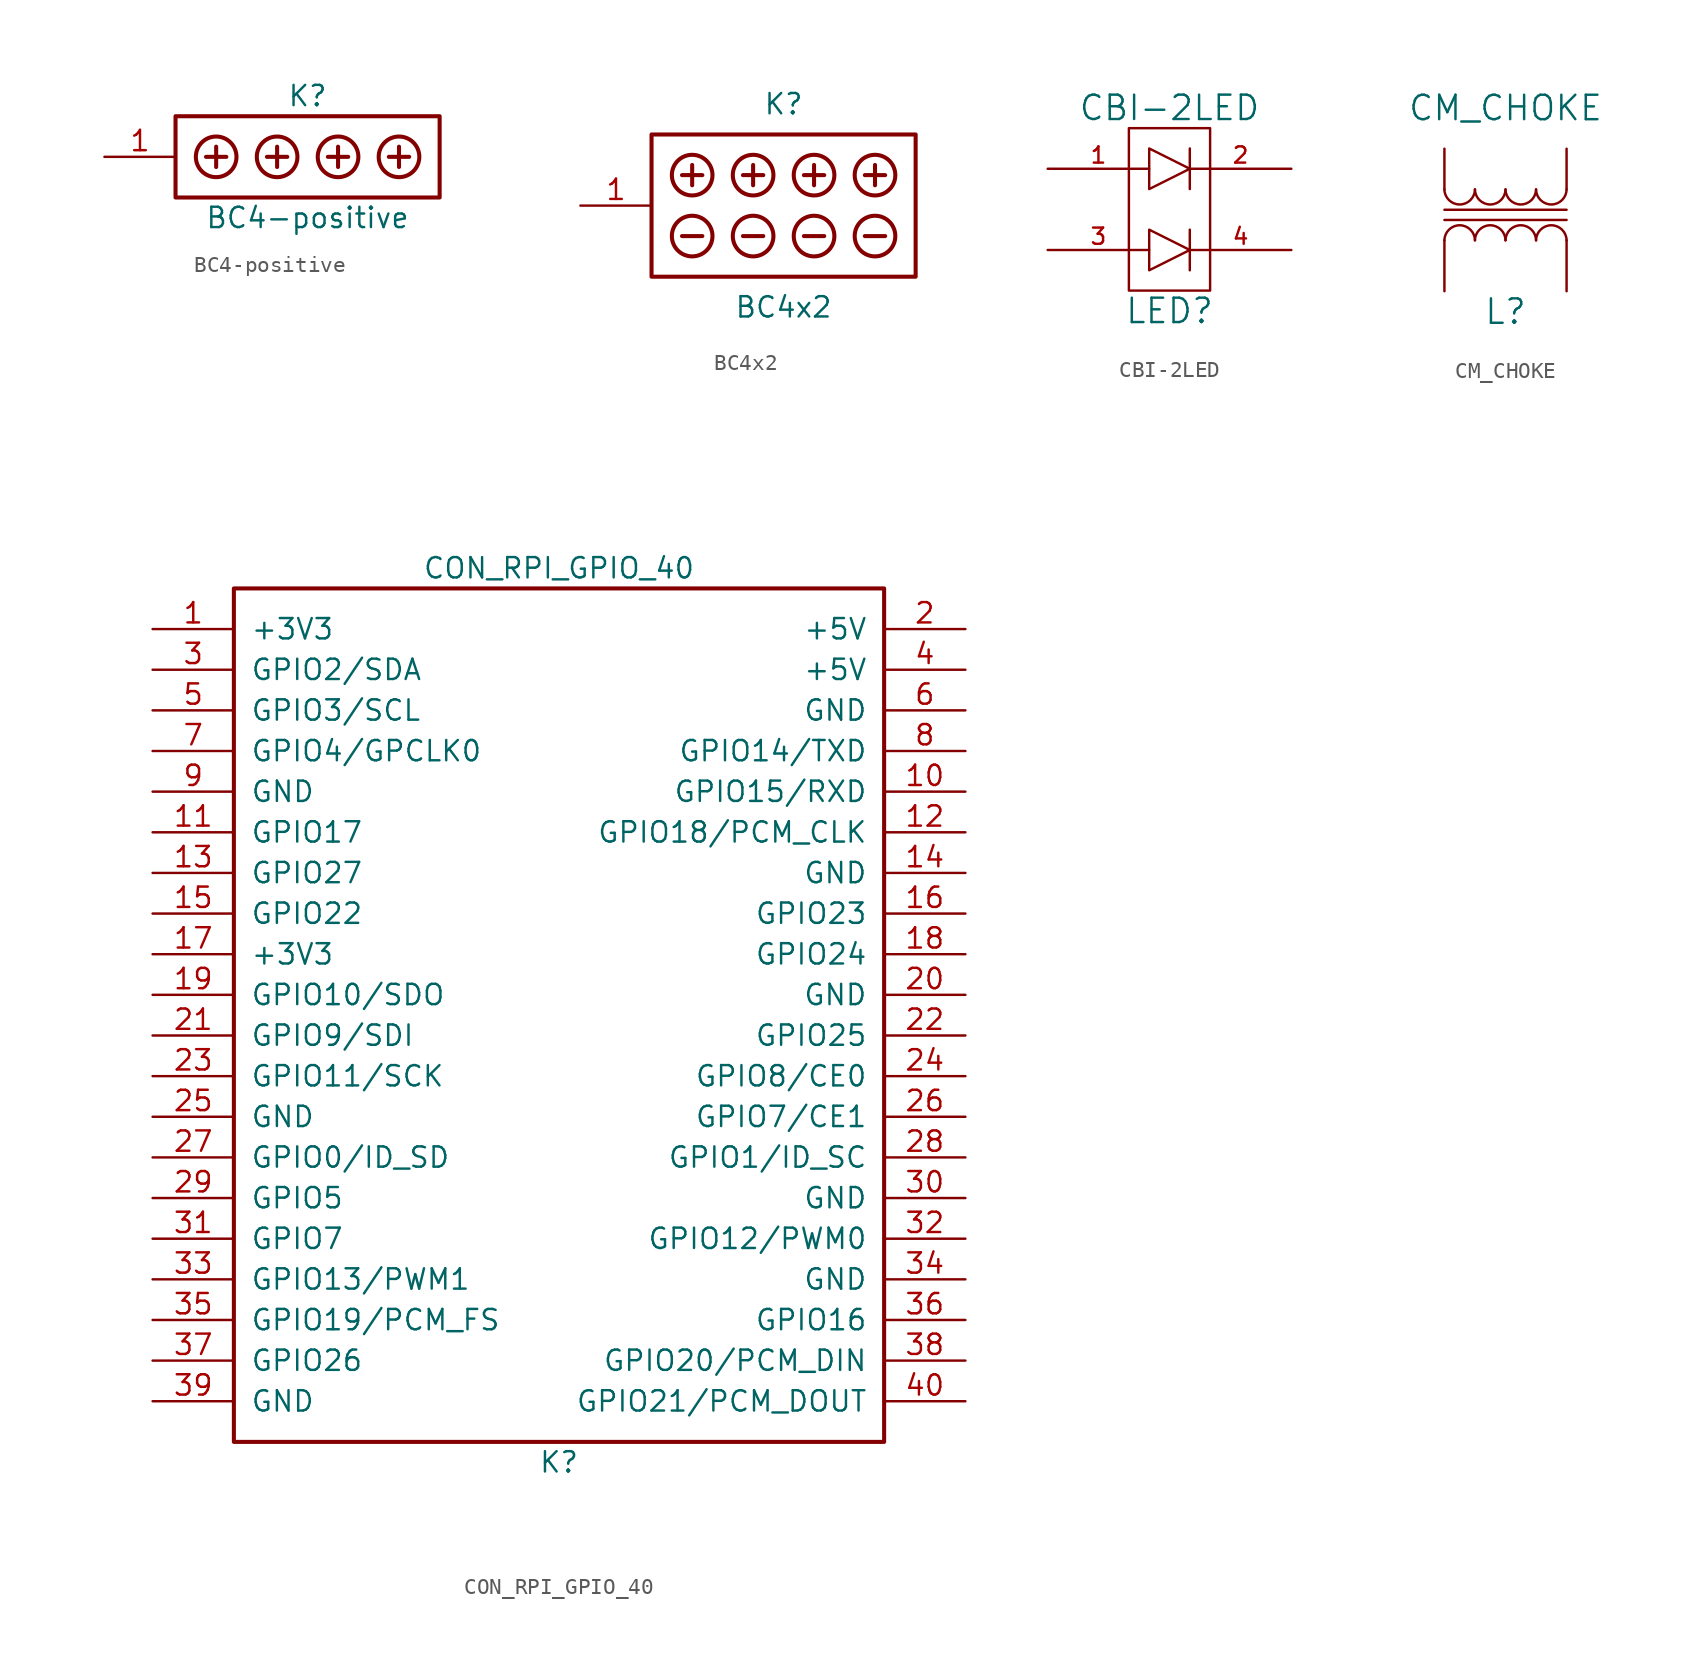
<source format=kicad_sym>
(kicad_symbol_lib
  (version 20211014)
  (generator kicad_symbol_editor)
  (symbol "BC4-positive"
    (pin_names
      (offset 1.016))
    (property "Reference" "K"
      (at 0 3.81 0)
      (effects (font (size 1.27 1.27))))
    (property "Value" "BC4-positive"
      (at 0 -3.81 0)
      (effects (font (size 1.27 1.27))))
    (property "Footprint" ""
      (at -1.905 -2.54 0)
      (effects (font (size 1.27 1.27))))
    (property "Datasheet" ""
      (at -1.905 -2.54 0)
      (effects (font (size 1.27 1.27))))
    (symbol "BC4-positive_0_1"
      (rectangle (start -8.255 2.54) (end 8.255 -2.54) (stroke (width 0.254) (type default) (color 0 0 0 0)) (fill (type none)))
      (circle (center -5.715 0) (radius 1.27) (stroke (width 0.254) (type default) (color 0 0 0 0)) (fill (type none)))
      (circle (center -1.905 0) (radius 1.27) (stroke (width 0.254) (type default) (color 0 0 0 0)) (fill (type none)))
      (polyline (pts (xy -6.35 0) (xy -5.08 0)) (stroke (width 0.254) (type default) (color 0 0 0 0)) (fill (type none)))
      (polyline (pts (xy -5.715 0.635) (xy -5.715 -0.635)) (stroke (width 0.254) (type default) (color 0 0 0 0)) (fill (type none)))
      (polyline (pts (xy -2.54 0) (xy -1.27 0)) (stroke (width 0.254) (type default) (color 0 0 0 0)) (fill (type none)))
      (polyline (pts (xy -1.905 0.635) (xy -1.905 -0.635)) (stroke (width 0.254) (type default) (color 0 0 0 0)) (fill (type none)))
      (polyline (pts (xy 1.27 0) (xy 2.54 0)) (stroke (width 0.254) (type default) (color 0 0 0 0)) (fill (type none)))
      (polyline (pts (xy 1.905 0.635) (xy 1.905 -0.635)) (stroke (width 0.254) (type default) (color 0 0 0 0)) (fill (type none)))
      (polyline (pts (xy 5.715 0.635) (xy 5.715 -0.635)) (stroke (width 0.254) (type default) (color 0 0 0 0)) (fill (type none)))
      (polyline (pts (xy 5.08 0) (xy 6.35 0) (xy 5.715 0)) (stroke (width 0.254) (type default) (color 0 0 0 0)) (fill (type none)))
      (circle (center 1.905 0) (radius 1.27) (stroke (width 0.254) (type default) (color 0 0 0 0)) (fill (type none)))
      (circle (center 5.715 0) (radius 1.27) (stroke (width 0.254) (type default) (color 0 0 0 0)) (fill (type none))))
    (symbol "BC4-positive_1_1"
      (pin passive line (at -12.7 0 0) (length 4.445) (name "~" (effects (font (size 1.27 1.27)))) (number "1" (effects (font (size 1.27 1.27)))))))
  (symbol "BC4x2"
    (pin_names
      (offset 1.016))
    (property "Reference" "K"
      (at 0 6.35 0)
      (effects (font (size 1.27 1.27))))
    (property "Value" "BC4x2"
      (at 0 -6.35 0)
      (effects (font (size 1.27 1.27))))
    (property "Footprint" ""
      (at -1.905 -0.635 0)
      (effects (font (size 1.27 1.27))))
    (property "Datasheet" ""
      (at -1.905 -0.635 0)
      (effects (font (size 1.27 1.27))))
    (symbol "BC4x2_0_1"
      (rectangle (start -8.255 4.445) (end 8.255 -4.445) (stroke (width 0.254) (type default) (color 0 0 0 0)) (fill (type none)))
      (circle (center -5.715 -1.905) (radius 1.27) (stroke (width 0.254) (type default) (color 0 0 0 0)) (fill (type none)))
      (circle (center -5.715 1.905) (radius 1.27) (stroke (width 0.254) (type default) (color 0 0 0 0)) (fill (type none)))
      (circle (center -1.905 -1.905) (radius 1.27) (stroke (width 0.254) (type default) (color 0 0 0 0)) (fill (type none)))
      (circle (center -1.905 1.905) (radius 1.27) (stroke (width 0.254) (type default) (color 0 0 0 0)) (fill (type none)))
      (polyline (pts (xy -6.35 -1.905) (xy -5.08 -1.905)) (stroke (width 0.254) (type default) (color 0 0 0 0)) (fill (type none)))
      (polyline (pts (xy -6.35 1.905) (xy -5.08 1.905)) (stroke (width 0.254) (type default) (color 0 0 0 0)) (fill (type none)))
      (polyline (pts (xy -5.715 2.54) (xy -5.715 1.27)) (stroke (width 0.254) (type default) (color 0 0 0 0)) (fill (type none)))
      (polyline (pts (xy -2.54 -1.905) (xy -1.27 -1.905)) (stroke (width 0.254) (type default) (color 0 0 0 0)) (fill (type none)))
      (polyline (pts (xy -2.54 1.905) (xy -1.27 1.905)) (stroke (width 0.254) (type default) (color 0 0 0 0)) (fill (type none)))
      (polyline (pts (xy -1.905 2.54) (xy -1.905 1.27)) (stroke (width 0.254) (type default) (color 0 0 0 0)) (fill (type none)))
      (polyline (pts (xy 1.27 -1.905) (xy 2.54 -1.905)) (stroke (width 0.254) (type default) (color 0 0 0 0)) (fill (type none)))
      (polyline (pts (xy 1.27 1.905) (xy 2.54 1.905)) (stroke (width 0.254) (type default) (color 0 0 0 0)) (fill (type none)))
      (polyline (pts (xy 1.905 2.54) (xy 1.905 1.27)) (stroke (width 0.254) (type default) (color 0 0 0 0)) (fill (type none)))
      (polyline (pts (xy 5.08 -1.905) (xy 6.35 -1.905)) (stroke (width 0.254) (type default) (color 0 0 0 0)) (fill (type none)))
      (polyline (pts (xy 5.715 2.54) (xy 5.715 1.27)) (stroke (width 0.254) (type default) (color 0 0 0 0)) (fill (type none)))
      (polyline (pts (xy 5.08 1.905) (xy 6.35 1.905) (xy 5.715 1.905)) (stroke (width 0.254) (type default) (color 0 0 0 0)) (fill (type none)))
      (circle (center 1.905 -1.905) (radius 1.27) (stroke (width 0.254) (type default) (color 0 0 0 0)) (fill (type none)))
      (circle (center 1.905 1.905) (radius 1.27) (stroke (width 0.254) (type default) (color 0 0 0 0)) (fill (type none)))
      (circle (center 5.715 -1.905) (radius 1.27) (stroke (width 0.254) (type default) (color 0 0 0 0)) (fill (type none)))
      (circle (center 5.715 1.905) (radius 1.27) (stroke (width 0.254) (type default) (color 0 0 0 0)) (fill (type none))))
    (symbol "BC4x2_1_1"
      (pin passive line (at -12.7 0 0) (length 4.445) (name "~" (effects (font (size 1.27 1.27)))) (number "1" (effects (font (size 1.27 1.27)))))))
  (symbol "CBI-2LED"
    (pin_names
      (offset 1.016))
    (property "Reference" "LED"
      (at 0 -6.35 0)
      (effects (font (size 1.524 1.524))))
    (property "Value" "CBI-2LED"
      (at 0 6.35 0)
      (effects (font (size 1.524 1.524))))
    (property "Footprint" ""
      (at 0 0 0)
      (effects (font (size 1.524 1.524))))
    (property "Datasheet" ""
      (at 0 0 0)
      (effects (font (size 1.524 1.524))))
    (symbol "CBI-2LED_0_1"
      (rectangle (start -2.54 5.08) (end 2.54 -5.08) (stroke (width 0) (type default) (color 0 0 0 0)) (fill (type none)))
      (polyline (pts (xy 1.27 -1.27) (xy 1.27 -3.81)) (stroke (width 0) (type default) (color 0 0 0 0)) (fill (type none)))
      (polyline (pts (xy 1.27 3.81) (xy 1.27 1.27)) (stroke (width 0) (type default) (color 0 0 0 0)) (fill (type none)))
      (polyline (pts (xy -1.27 -3.81) (xy -1.27 -1.27) (xy 1.27 -2.54) (xy -1.27 -3.81)) (stroke (width 0) (type default) (color 0 0 0 0)) (fill (type none)))
      (polyline (pts (xy -1.27 1.27) (xy -1.27 3.81) (xy 1.27 2.54) (xy -1.27 1.27)) (stroke (width 0) (type default) (color 0 0 0 0)) (fill (type none))))
    (symbol "CBI-2LED_1_1"
      (pin passive line (at -7.62 2.54 0) (length 6.35) (name "~" (effects (font (size 1.016 1.016)))) (number "1" (effects (font (size 1.016 1.016)))))
      (pin passive line (at 7.62 2.54 180) (length 6.35) (name "~" (effects (font (size 1.016 1.016)))) (number "2" (effects (font (size 1.016 1.016)))))
      (pin passive line (at -7.62 -2.54 0) (length 6.35) (name "~" (effects (font (size 1.016 1.016)))) (number "3" (effects (font (size 1.016 1.016)))))
      (pin passive line (at 7.62 -2.54 180) (length 6.35) (name "~" (effects (font (size 1.016 1.016)))) (number "4" (effects (font (size 1.016 1.016)))))))
  (symbol "CM_CHOKE"
    (pin_numbers hide)
    (pin_names
      (offset 1.016))
    (property "Reference" "L"
      (at 0 -6.35 0)
      (effects (font (size 1.524 1.524))))
    (property "Value" "CM_CHOKE"
      (at 0 6.35 0)
      (effects (font (size 1.524 1.524))))
    (symbol "CM_CHOKE_0_1"
      (arc (start -3.81 1.27) (mid -2.8702 0.3302) (end -1.905 1.27) (stroke (width 0) (type default) (color 0 0 0 0)) (fill (type none)))
      (arc (start -1.905 -1.905) (mid -2.8448 -0.9652) (end -3.81 -1.905) (stroke (width 0) (type default) (color 0 0 0 0)) (fill (type none)))
      (arc (start -1.905 1.27) (mid -0.9652 0.3302) (end 0 1.27) (stroke (width 0) (type default) (color 0 0 0 0)) (fill (type none)))
      (arc (start 0 -1.905) (mid -0.9398 -0.9652) (end -1.905 -1.905) (stroke (width 0) (type default) (color 0 0 0 0)) (fill (type none)))
      (polyline (pts (xy -3.81 -0.635) (xy 3.81 -0.635)) (stroke (width 0) (type default) (color 0 0 0 0)) (fill (type none)))
      (polyline (pts (xy -3.81 0) (xy 3.81 0)) (stroke (width 0) (type default) (color 0 0 0 0)) (fill (type none)))
      (arc (start 0 1.27) (mid 0.9398 0.3302) (end 1.905 1.27) (stroke (width 0) (type default) (color 0 0 0 0)) (fill (type none)))
      (arc (start 1.905 -1.905) (mid 0.9652 -0.9652) (end 0 -1.905) (stroke (width 0) (type default) (color 0 0 0 0)) (fill (type none)))
      (arc (start 1.905 1.27) (mid 2.8448 0.3302) (end 3.81 1.27) (stroke (width 0) (type default) (color 0 0 0 0)) (fill (type none)))
      (arc (start 3.81 -1.905) (mid 2.8702 -0.9652) (end 1.905 -1.905) (stroke (width 0) (type default) (color 0 0 0 0)) (fill (type none))))
    (symbol "CM_CHOKE_1_1"
      (pin passive line (at -3.81 -5.08 90) (length 3.175) (name "~" (effects (font (size 1.27 1.27)))) (number "1" (effects (font (size 1.27 1.27)))))
      (pin passive line (at 3.81 -5.08 90) (length 3.175) (name "~" (effects (font (size 1.27 1.27)))) (number "2" (effects (font (size 1.27 1.27)))))
      (pin passive line (at -3.81 3.81 270) (length 2.54) (name "~" (effects (font (size 1.27 1.27)))) (number "3" (effects (font (size 1.27 1.27)))))
      (pin passive line (at 3.81 3.81 270) (length 2.54) (name "~" (effects (font (size 1.27 1.27)))) (number "4" (effects (font (size 1.27 1.27)))))))
  (symbol "CON_RPI_GPIO_40"
    (pin_names
      (offset 1.016))
    (property "Reference" "K"
      (at 0 -52.07 0)
      (effects (font (size 1.27 1.27))))
    (property "Value" "CON_RPI_GPIO_40"
      (at 0 3.81 0)
      (effects (font (size 1.27 1.27))))
    (symbol "CON_RPI_GPIO_40_0_1"
      (rectangle (start -20.32 2.54) (end 20.32 -50.8) (stroke (width 0.254) (type default) (color 0 0 0 0)) (fill (type none))))
    (symbol "CON_RPI_GPIO_40_1_1"
      (pin passive line (at -25.4 0 0) (length 5.08) (name "+3V3" (effects (font (size 1.27 1.27)))) (number "1" (effects (font (size 1.27 1.27)))))
      (pin passive line (at 25.4 -10.16 180) (length 5.08) (name "GPIO15/RXD" (effects (font (size 1.27 1.27)))) (number "10" (effects (font (size 1.27 1.27)))))
      (pin passive line (at -25.4 -12.7 0) (length 5.08) (name "GPIO17" (effects (font (size 1.27 1.27)))) (number "11" (effects (font (size 1.27 1.27)))))
      (pin passive line (at 25.4 -12.7 180) (length 5.08) (name "GPIO18/PCM_CLK" (effects (font (size 1.27 1.27)))) (number "12" (effects (font (size 1.27 1.27)))))
      (pin passive line (at -25.4 -15.24 0) (length 5.08) (name "GPIO27" (effects (font (size 1.27 1.27)))) (number "13" (effects (font (size 1.27 1.27)))))
      (pin passive line (at 25.4 -15.24 180) (length 5.08) (name "GND" (effects (font (size 1.27 1.27)))) (number "14" (effects (font (size 1.27 1.27)))))
      (pin passive line (at -25.4 -17.78 0) (length 5.08) (name "GPIO22" (effects (font (size 1.27 1.27)))) (number "15" (effects (font (size 1.27 1.27)))))
      (pin passive line (at 25.4 -17.78 180) (length 5.08) (name "GPIO23" (effects (font (size 1.27 1.27)))) (number "16" (effects (font (size 1.27 1.27)))))
      (pin passive line (at -25.4 -20.32 0) (length 5.08) (name "+3V3" (effects (font (size 1.27 1.27)))) (number "17" (effects (font (size 1.27 1.27)))))
      (pin passive line (at 25.4 -20.32 180) (length 5.08) (name "GPIO24" (effects (font (size 1.27 1.27)))) (number "18" (effects (font (size 1.27 1.27)))))
      (pin passive line (at -25.4 -22.86 0) (length 5.08) (name "GPIO10/SDO" (effects (font (size 1.27 1.27)))) (number "19" (effects (font (size 1.27 1.27)))))
      (pin passive line (at 25.4 0 180) (length 5.08) (name "+5V" (effects (font (size 1.27 1.27)))) (number "2" (effects (font (size 1.27 1.27)))))
      (pin passive line (at 25.4 -22.86 180) (length 5.08) (name "GND" (effects (font (size 1.27 1.27)))) (number "20" (effects (font (size 1.27 1.27)))))
      (pin passive line (at -25.4 -25.4 0) (length 5.08) (name "GPIO9/SDI" (effects (font (size 1.27 1.27)))) (number "21" (effects (font (size 1.27 1.27)))))
      (pin passive line (at 25.4 -25.4 180) (length 5.08) (name "GPIO25" (effects (font (size 1.27 1.27)))) (number "22" (effects (font (size 1.27 1.27)))))
      (pin passive line (at -25.4 -27.94 0) (length 5.08) (name "GPIO11/SCK" (effects (font (size 1.27 1.27)))) (number "23" (effects (font (size 1.27 1.27)))))
      (pin passive line (at 25.4 -27.94 180) (length 5.08) (name "GPIO8/CE0" (effects (font (size 1.27 1.27)))) (number "24" (effects (font (size 1.27 1.27)))))
      (pin passive line (at -25.4 -30.48 0) (length 5.08) (name "GND" (effects (font (size 1.27 1.27)))) (number "25" (effects (font (size 1.27 1.27)))))
      (pin passive line (at 25.4 -30.48 180) (length 5.08) (name "GPIO7/CE1" (effects (font (size 1.27 1.27)))) (number "26" (effects (font (size 1.27 1.27)))))
      (pin passive line (at -25.4 -33.02 0) (length 5.08) (name "GPIO0/ID_SD" (effects (font (size 1.27 1.27)))) (number "27" (effects (font (size 1.27 1.27)))))
      (pin passive line (at 25.4 -33.02 180) (length 5.08) (name "GPIO1/ID_SC" (effects (font (size 1.27 1.27)))) (number "28" (effects (font (size 1.27 1.27)))))
      (pin passive line (at -25.4 -35.56 0) (length 5.08) (name "GPIO5" (effects (font (size 1.27 1.27)))) (number "29" (effects (font (size 1.27 1.27)))))
      (pin passive line (at -25.4 -2.54 0) (length 5.08) (name "GPIO2/SDA" (effects (font (size 1.27 1.27)))) (number "3" (effects (font (size 1.27 1.27)))))
      (pin passive line (at 25.4 -35.56 180) (length 5.08) (name "GND" (effects (font (size 1.27 1.27)))) (number "30" (effects (font (size 1.27 1.27)))))
      (pin passive line (at -25.4 -38.1 0) (length 5.08) (name "GPIO7" (effects (font (size 1.27 1.27)))) (number "31" (effects (font (size 1.27 1.27)))))
      (pin passive line (at 25.4 -38.1 180) (length 5.08) (name "GPIO12/PWM0" (effects (font (size 1.27 1.27)))) (number "32" (effects (font (size 1.27 1.27)))))
      (pin passive line (at -25.4 -40.64 0) (length 5.08) (name "GPIO13/PWM1" (effects (font (size 1.27 1.27)))) (number "33" (effects (font (size 1.27 1.27)))))
      (pin passive line (at 25.4 -40.64 180) (length 5.08) (name "GND" (effects (font (size 1.27 1.27)))) (number "34" (effects (font (size 1.27 1.27)))))
      (pin passive line (at -25.4 -43.18 0) (length 5.08) (name "GPIO19/PCM_FS" (effects (font (size 1.27 1.27)))) (number "35" (effects (font (size 1.27 1.27)))))
      (pin passive line (at 25.4 -43.18 180) (length 5.08) (name "GPIO16" (effects (font (size 1.27 1.27)))) (number "36" (effects (font (size 1.27 1.27)))))
      (pin passive line (at -25.4 -45.72 0) (length 5.08) (name "GPIO26" (effects (font (size 1.27 1.27)))) (number "37" (effects (font (size 1.27 1.27)))))
      (pin passive line (at 25.4 -45.72 180) (length 5.08) (name "GPIO20/PCM_DIN" (effects (font (size 1.27 1.27)))) (number "38" (effects (font (size 1.27 1.27)))))
      (pin passive line (at -25.4 -48.26 0) (length 5.08) (name "GND" (effects (font (size 1.27 1.27)))) (number "39" (effects (font (size 1.27 1.27)))))
      (pin passive line (at 25.4 -2.54 180) (length 5.08) (name "+5V" (effects (font (size 1.27 1.27)))) (number "4" (effects (font (size 1.27 1.27)))))
      (pin passive line (at 25.4 -48.26 180) (length 5.08) (name "GPIO21/PCM_DOUT" (effects (font (size 1.27 1.27)))) (number "40" (effects (font (size 1.27 1.27)))))
      (pin passive line (at -25.4 -5.08 0) (length 5.08) (name "GPIO3/SCL" (effects (font (size 1.27 1.27)))) (number "5" (effects (font (size 1.27 1.27)))))
      (pin passive line (at 25.4 -5.08 180) (length 5.08) (name "GND" (effects (font (size 1.27 1.27)))) (number "6" (effects (font (size 1.27 1.27)))))
      (pin passive line (at -25.4 -7.62 0) (length 5.08) (name "GPIO4/GPCLK0" (effects (font (size 1.27 1.27)))) (number "7" (effects (font (size 1.27 1.27)))))
      (pin passive line (at 25.4 -7.62 180) (length 5.08) (name "GPIO14/TXD" (effects (font (size 1.27 1.27)))) (number "8" (effects (font (size 1.27 1.27)))))
      (pin passive line (at -25.4 -10.16 0) (length 5.08) (name "GND" (effects (font (size 1.27 1.27)))) (number "9" (effects (font (size 1.27 1.27))))))))
</source>
